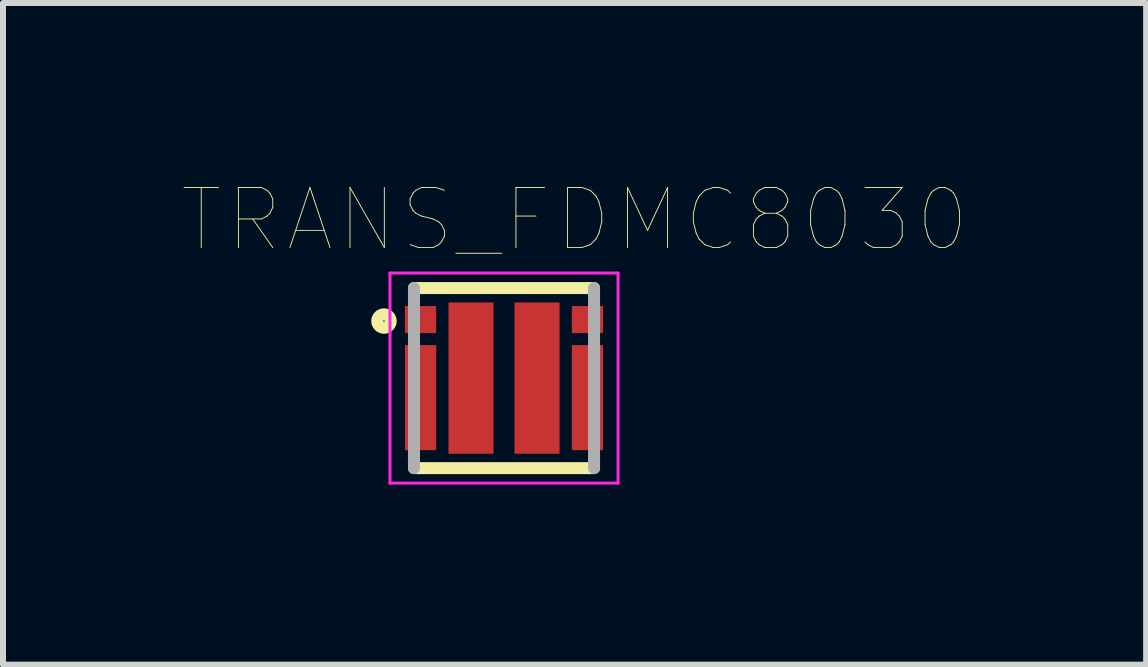
<source format=kicad_pcb>
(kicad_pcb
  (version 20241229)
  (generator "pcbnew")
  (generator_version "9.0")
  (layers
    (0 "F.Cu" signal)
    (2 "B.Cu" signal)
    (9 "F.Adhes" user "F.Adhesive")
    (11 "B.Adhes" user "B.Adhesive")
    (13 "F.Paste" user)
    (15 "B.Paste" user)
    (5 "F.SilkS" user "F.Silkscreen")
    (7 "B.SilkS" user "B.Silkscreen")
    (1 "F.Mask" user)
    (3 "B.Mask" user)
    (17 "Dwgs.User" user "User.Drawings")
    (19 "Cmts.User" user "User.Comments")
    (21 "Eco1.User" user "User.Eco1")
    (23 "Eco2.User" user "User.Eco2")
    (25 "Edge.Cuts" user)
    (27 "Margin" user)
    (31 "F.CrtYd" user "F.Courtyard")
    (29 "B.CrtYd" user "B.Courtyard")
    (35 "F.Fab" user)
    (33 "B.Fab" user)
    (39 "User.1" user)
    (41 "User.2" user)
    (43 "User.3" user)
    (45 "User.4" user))
  (footprint "TRANS_FDMC8030"
    (layer "F.Cu")
    (at 5.347 3.249)
    (property "Reference" "TRANS_FDMC8030" (at 1.176 -2.637 0) (layer "F.SilkS") (effects (font (size 1.001 1.001) (thickness 0.015))))
    (attr through_hole)
    (fp_line (start -1.5 1.5) (end 1.5 1.5) (stroke (width 0.2) (type solid)) (layer "F.SilkS"))
    (fp_line (start 1.5 -1.5) (end -1.5 -1.5) (stroke (width 0.2) (type solid)) (layer "F.SilkS"))
    (fp_circle (center -2 -0.95) (end -1.888 -0.95) (stroke (width 0.2) (type solid)) (fill no) (layer "F.SilkS"))
    (fp_line (start -1.9 -1.75) (end 1.9 -1.75) (stroke (width 0.05) (type solid)) (layer "F.CrtYd"))
    (fp_line (start -1.9 1.75) (end -1.9 -1.75) (stroke (width 0.05) (type solid)) (layer "F.CrtYd"))
    (fp_line (start 1.9 -1.75) (end 1.9 1.75) (stroke (width 0.05) (type solid)) (layer "F.CrtYd"))
    (fp_line (start 1.9 1.75) (end -1.9 1.75) (stroke (width 0.05) (type solid)) (layer "F.CrtYd"))
    (fp_line (start -1.5 -1.5) (end -1.5 1.5) (stroke (width 0.2) (type solid)) (layer "F.Fab"))
    (fp_line (start 1.5 1.5) (end 1.5 -1.5) (stroke (width 0.2) (type solid)) (layer "F.Fab"))
    (pad "1" smd rect (at -1.39 -0.975) (size 0.52 0.45) (layers "F.Cu" "F.Mask" "F.Paste"))
    (pad "4" smd rect (at -1.39 0.325) (size 0.52 1.75) (layers "F.Cu" "F.Mask" "F.Paste"))
    (pad "5" smd rect (at 1.39 0.325) (size 0.52 1.75) (layers "F.Cu" "F.Mask" "F.Paste"))
    (pad "8" smd rect (at 1.39 -0.975) (size 0.52 0.45) (layers "F.Cu" "F.Mask" "F.Paste"))
    (pad "9" smd rect (at 0.55 0) (size 0.75 2.52) (layers "F.Cu" "F.Mask" "F.Paste"))
    (pad "10" smd rect (at -0.55 0) (size 0.75 2.52) (layers "F.Cu" "F.Mask" "F.Paste")))
  (gr_rect
    (start -3 -3)
    (end 16.045 8.024)
    (stroke (width 0.1) (type default))
    (fill no)
    (layer "Edge.Cuts")))
</source>
